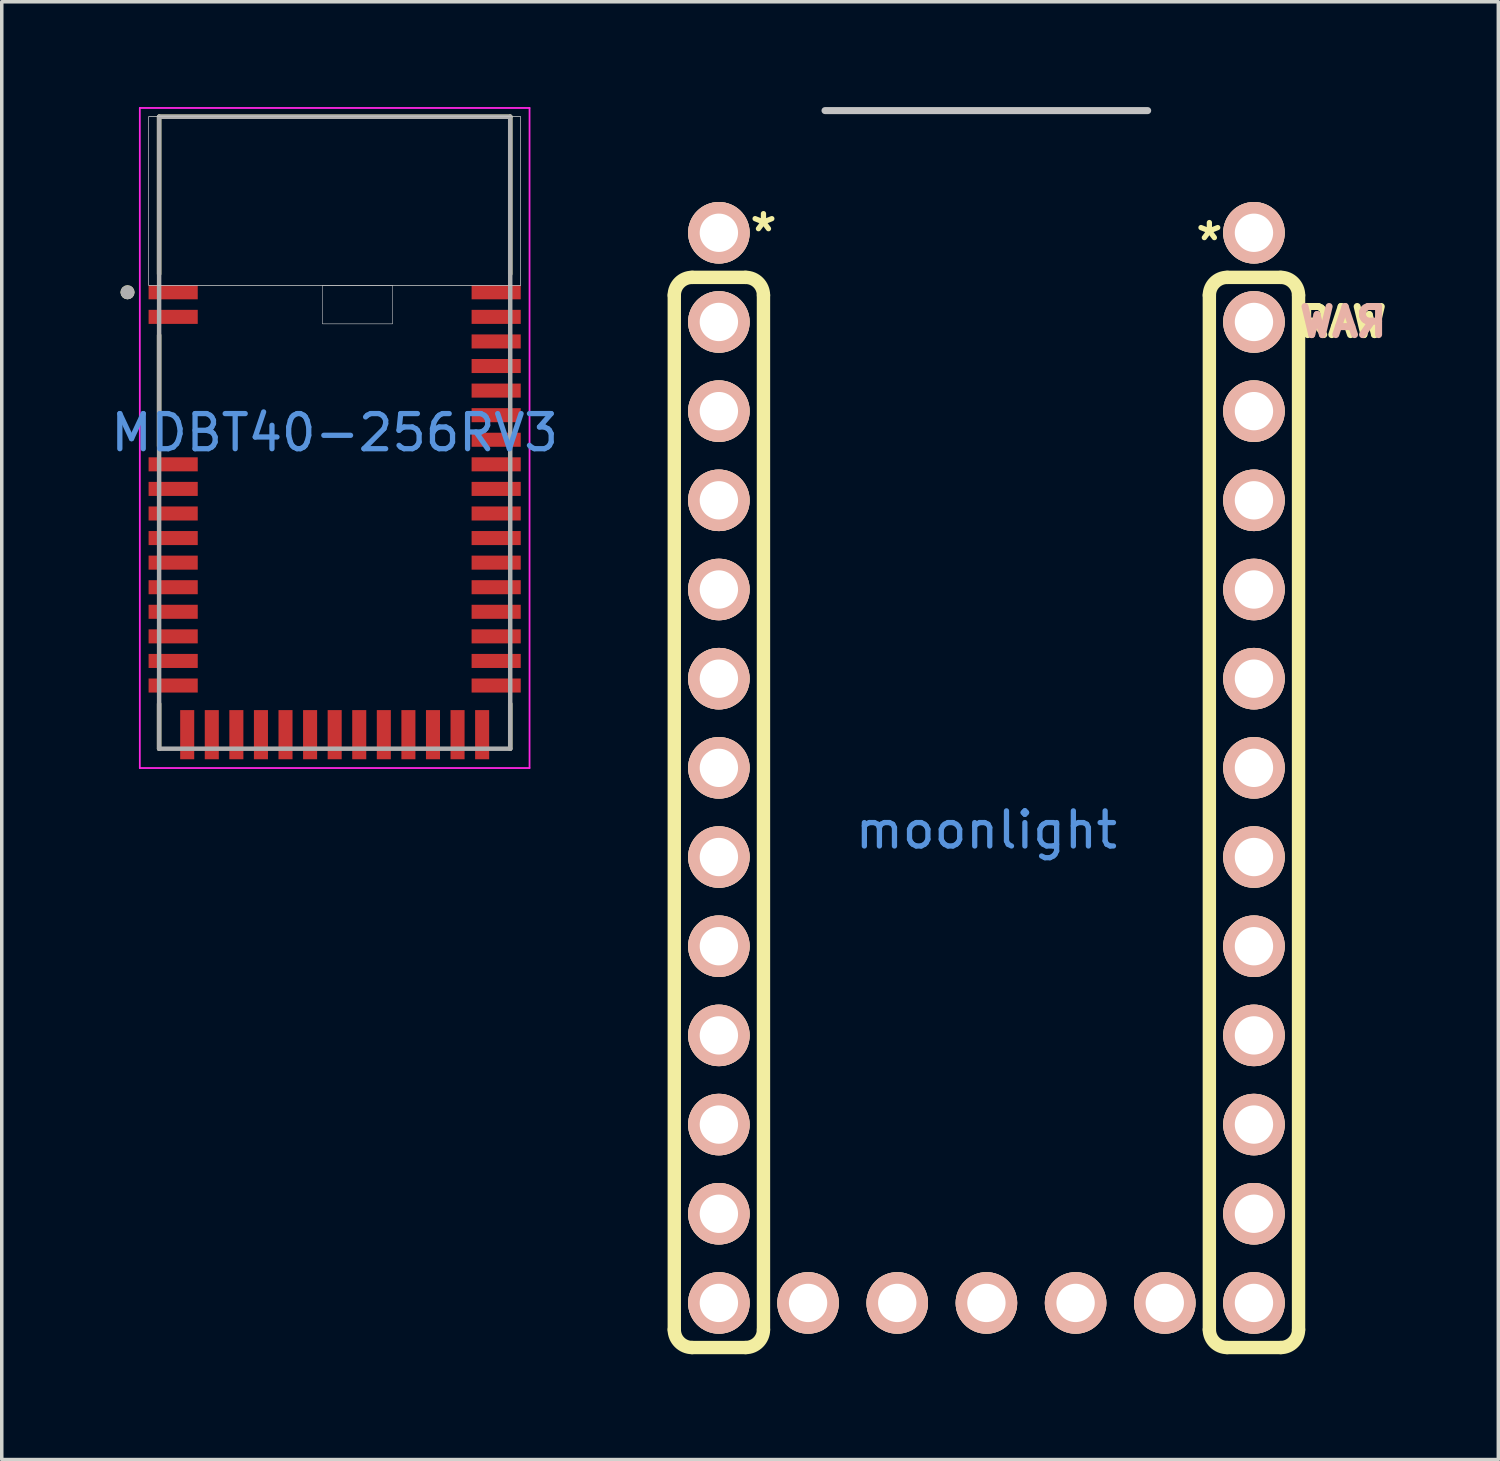
<source format=kicad_pcb>
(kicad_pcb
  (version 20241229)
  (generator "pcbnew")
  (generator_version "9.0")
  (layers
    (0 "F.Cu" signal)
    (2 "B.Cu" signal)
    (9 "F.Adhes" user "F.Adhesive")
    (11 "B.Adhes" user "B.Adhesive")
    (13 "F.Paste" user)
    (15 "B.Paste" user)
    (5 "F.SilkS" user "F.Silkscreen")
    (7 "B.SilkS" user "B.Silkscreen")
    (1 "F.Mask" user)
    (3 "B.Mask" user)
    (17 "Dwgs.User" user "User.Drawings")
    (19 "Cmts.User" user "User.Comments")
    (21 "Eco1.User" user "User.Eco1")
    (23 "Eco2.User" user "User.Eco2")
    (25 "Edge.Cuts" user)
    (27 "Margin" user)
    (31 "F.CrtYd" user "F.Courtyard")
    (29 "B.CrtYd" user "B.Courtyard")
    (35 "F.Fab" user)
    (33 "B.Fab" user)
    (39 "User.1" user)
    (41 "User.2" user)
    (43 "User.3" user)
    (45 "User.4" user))
  (footprint "moonlight"
    (layer "F.Cu")
    (at 25.045 20.09)
    (property "Reference" "moonlight" (at 0 0.5 0) (layer "Cmts.User") (effects (font (size 1 1) (thickness 0.15))))
    (attr through_hole)
    (fp_line (start -8.89 -14.732) (end -8.89 14.732) (stroke (width 0.381) (type solid)) (layer "F.SilkS"))
    (fp_line (start -8.382 15.24) (end -6.858 15.24) (stroke (width 0.381) (type solid)) (layer "F.SilkS"))
    (fp_line (start -6.858 -15.24) (end -8.382 -15.24) (stroke (width 0.381) (type solid)) (layer "F.SilkS"))
    (fp_line (start -6.35 -14.732) (end -6.35 14.732) (stroke (width 0.381) (type solid)) (layer "F.SilkS"))
    (fp_line (start 6.35 -14.732) (end 6.35 14.732) (stroke (width 0.381) (type solid)) (layer "F.SilkS"))
    (fp_line (start 6.858 15.24) (end 8.382 15.24) (stroke (width 0.381) (type solid)) (layer "F.SilkS"))
    (fp_line (start 8.382 -15.24) (end 6.858 -15.24) (stroke (width 0.381) (type solid)) (layer "F.SilkS"))
    (fp_line (start 8.89 14.732) (end 8.89 -14.732) (stroke (width 0.381) (type solid)) (layer "F.SilkS"))
    (fp_arc (start -8.89 -14.732) (mid -8.74121 -15.09121) (end -8.382 -15.24) (stroke (width 0.381) (type solid)) (layer "F.SilkS"))
    (fp_arc (start -8.382 15.24) (mid -8.74121 15.09121) (end -8.89 14.732) (stroke (width 0.381) (type solid)) (layer "F.SilkS"))
    (fp_arc (start -6.858 -15.24) (mid -6.49879 -15.09121) (end -6.35 -14.732) (stroke (width 0.381) (type solid)) (layer "F.SilkS"))
    (fp_arc (start -6.35 14.732) (mid -6.49879 15.09121) (end -6.858 15.24) (stroke (width 0.381) (type solid)) (layer "F.SilkS"))
    (fp_arc (start 6.35 -14.732) (mid 6.49879 -15.09121) (end 6.858 -15.24) (stroke (width 0.381) (type solid)) (layer "F.SilkS"))
    (fp_arc (start 6.858 15.24) (mid 6.49879 15.09121) (end 6.35 14.732) (stroke (width 0.381) (type solid)) (layer "F.SilkS"))
    (fp_arc (start 8.382 -15.24) (mid 8.74121 -15.09121) (end 8.89 -14.732) (stroke (width 0.381) (type solid)) (layer "F.SilkS"))
    (fp_arc (start 8.89 14.732) (mid 8.74121 15.09121) (end 8.382 15.24) (stroke (width 0.381) (type solid)) (layer "F.SilkS"))
    (fp_line (start -4.597 -19.99) (end 4.593 -19.99) (stroke (width 0.2) (type solid)) (layer "Dwgs.User"))
    (fp_text user "*" (at 6.35 -16.256 0) (layer "F.SilkS") (effects (font (size 1 1) (thickness 0.15))))
    (fp_text user "*" (at -6.35 -16.51 0) (layer "F.SilkS") (effects (font (size 1 1) (thickness 0.15))))
    (fp_text user "RAW" (at 10.16 -13.97 0) (layer "F.SilkS") (effects (font (size 0.8 0.8) (thickness 0.2))))
    (fp_text user "RAW" (at 10.16 -13.97 0) (layer "B.SilkS") (effects (font (size 0.8 0.8) (thickness 0.2)) (justify mirror)))
    (pad "B0" thru_hole circle (at 7.62 -16.51 90) (size 1.753 1.753) (drill 1.092) (layers "*.Cu" "*.SilkS" "*.Mask"))
    (pad "B1" thru_hole circle (at 7.62 6.35 270) (size 1.753 1.753) (drill 1.092) (layers "*.Cu" "*.SilkS" "*.Mask"))
    (pad "B2" thru_hole circle (at 7.62 11.43 270) (size 1.753 1.753) (drill 1.092) (layers "*.Cu" "*.SilkS" "*.Mask"))
    (pad "B3" thru_hole circle (at 7.62 8.89 270) (size 1.753 1.753) (drill 1.092) (layers "*.Cu" "*.SilkS" "*.Mask"))
    (pad "B4" thru_hole circle (at -7.62 11.43 270) (size 1.753 1.753) (drill 1.092) (layers "*.Cu" "*.SilkS" "*.Mask"))
    (pad "B5" thru_hole circle (at -7.62 13.97) (size 1.753 1.753) (drill 1.092) (layers "*.Cu" "*.SilkS" "*.Mask"))
    (pad "B6" thru_hole circle (at 7.62 13.97 270) (size 1.753 1.753) (drill 1.092) (layers "*.Cu" "*.SilkS" "*.Mask"))
    (pad "B7" thru_hole circle (at -5.08 13.97) (size 1.753 1.753) (drill 1.092) (layers "*.Cu" "*.SilkS" "*.Mask"))
    (pad "C6" thru_hole circle (at -7.62 3.81 270) (size 1.753 1.753) (drill 1.092) (layers "*.Cu" "*.SilkS" "*.Mask"))
    (pad "C7" thru_hole circle (at 0 13.97) (size 1.753 1.753) (drill 1.092) (layers "*.Cu" "*.SilkS" "*.Mask"))
    (pad "D0" thru_hole circle (at -7.62 -1.27 270) (size 1.753 1.753) (drill 1.092) (layers "*.Cu" "*.SilkS" "*.Mask"))
    (pad "D1" thru_hole circle (at -7.62 -3.81 270) (size 1.753 1.753) (drill 1.092) (layers "*.Cu" "*.SilkS" "*.Mask"))
    (pad "D2" thru_hole circle (at -7.62 -11.43 270) (size 1.753 1.753) (drill 1.092) (layers "*.Cu" "*.SilkS" "*.Mask"))
    (pad "D3" thru_hole circle (at -7.62 -13.97 90) (size 1.753 1.753) (drill 1.092) (layers "*.Cu" "*.SilkS" "*.Mask"))
    (pad "D4" thru_hole circle (at -7.62 1.27 270) (size 1.753 1.753) (drill 1.092) (layers "*.Cu" "*.SilkS" "*.Mask"))
    (pad "D5" thru_hole circle (at -2.54 13.97) (size 1.753 1.753) (drill 1.092) (layers "*.Cu" "*.SilkS" "*.Mask"))
    (pad "D6" thru_hole circle (at -7.62 -16.51 90) (size 1.753 1.753) (drill 1.092) (layers "*.Cu" "*.SilkS" "*.Mask"))
    (pad "D7" thru_hole circle (at -7.62 6.35 270) (size 1.753 1.753) (drill 1.092) (layers "*.Cu" "*.SilkS" "*.Mask"))
    (pad "E6" thru_hole circle (at -7.62 8.89 270) (size 1.753 1.753) (drill 1.092) (layers "*.Cu" "*.SilkS" "*.Mask"))
    (pad "F0" thru_hole circle (at 5.08 13.97) (size 1.753 1.753) (drill 1.092) (layers "*.Cu" "*.SilkS" "*.Mask"))
    (pad "F1" thru_hole circle (at 2.54 13.97) (size 1.753 1.753) (drill 1.092) (layers "*.Cu" "*.SilkS" "*.Mask"))
    (pad "F4" thru_hole circle (at 7.62 -3.81 270) (size 1.753 1.753) (drill 1.092) (layers "*.Cu" "*.SilkS" "*.Mask"))
    (pad "F5" thru_hole circle (at 7.62 -1.27 270) (size 1.753 1.753) (drill 1.092) (layers "*.Cu" "*.SilkS" "*.Mask"))
    (pad "F6" thru_hole circle (at 7.62 1.27 270) (size 1.753 1.753) (drill 1.092) (layers "*.Cu" "*.SilkS" "*.Mask"))
    (pad "F7" thru_hole circle (at 7.62 3.81 270) (size 1.753 1.753) (drill 1.092) (layers "*.Cu" "*.SilkS" "*.Mask"))
    (pad "GND" thru_hole circle (at -7.62 -8.89 270) (size 1.753 1.753) (drill 1.092) (layers "*.Cu" "*.SilkS" "*.Mask"))
    (pad "GND" thru_hole circle (at -7.62 -6.35 270) (size 1.753 1.753) (drill 1.092) (layers "*.Cu" "*.SilkS" "*.Mask"))
    (pad "GND" thru_hole circle (at 7.62 -11.43 270) (size 1.753 1.753) (drill 1.092) (layers "*.Cu" "*.SilkS" "*.Mask"))
    (pad "RAW" thru_hole circle (at 7.62 -13.97 270) (size 1.753 1.753) (drill 1.092) (layers "*.Cu" "*.SilkS" "*.Mask"))
    (pad "RST" thru_hole circle (at 7.62 -8.89 270) (size 1.753 1.753) (drill 1.092) (layers "*.Cu" "*.SilkS" "*.Mask"))
    (pad "VCC" thru_hole circle (at 7.62 -6.35 270) (size 1.753 1.753) (drill 1.092) (layers "*.Cu" "*.SilkS" "*.Mask")))
  (footprint "MDBT40-256RV3"
    (layer "F.Cu")
    (at 6.482 9.275)
    (property "Reference" "MDBT40-256RV3" (at 0 0 0) (layer "Cmts.User") (effects (font (size 1 1) (thickness 0.15))))
    (attr smd)
    (fp_line (start -5 -9) (end 5 -9) (stroke (width 0.127) (type solid)) (layer "F.SilkS"))
    (fp_line (start -5 -4.52) (end -5 -9) (stroke (width 0.127) (type solid)) (layer "F.SilkS"))
    (fp_line (start -5 -2.78) (end -5 0.38) (stroke (width 0.127) (type solid)) (layer "F.SilkS"))
    (fp_line (start -5 7.72) (end -5 9) (stroke (width 0.127) (type solid)) (layer "F.SilkS"))
    (fp_line (start 5 -9) (end 5 -4.52) (stroke (width 0.127) (type solid)) (layer "F.SilkS"))
    (fp_line (start 5 9) (end 5 7.72) (stroke (width 0.127) (type solid)) (layer "F.SilkS"))
    (fp_circle (center -5.9 -4) (end -5.8 -4) (stroke (width 0.2) (type solid)) (fill no) (layer "F.SilkS"))
    (fp_poly (pts (xy -5.3 -9) (xy 5.3 -9) (xy 5.3 -4.2) (xy -5.3 -4.2)) (stroke (width 0.01) (type solid)) (fill no) (layer "Dwgs.User"))
    (fp_poly (pts (xy -5.3 -9) (xy 5.3 -9) (xy 5.3 -4.2) (xy -5.3 -4.2)) (stroke (width 0.01) (type solid)) (fill no) (layer "Dwgs.User"))
    (fp_poly (pts (xy -5.3 -9) (xy 5.3 -9) (xy 5.3 -4.2) (xy -5.3 -4.2)) (stroke (width 0.01) (type solid)) (fill no) (layer "Dwgs.User"))
    (fp_poly (pts (xy -0.35 -4.2) (xy 1.65 -4.2) (xy 1.65 -3.1) (xy -0.35 -3.1)) (stroke (width 0.01) (type solid)) (fill no) (layer "Dwgs.User"))
    (fp_poly (pts (xy -0.35 -4.2) (xy 1.65 -4.2) (xy 1.65 -3.1) (xy -0.35 -3.1)) (stroke (width 0.01) (type solid)) (fill no) (layer "Dwgs.User"))
    (fp_line (start -5.55 -9.25) (end 5.55 -9.25) (stroke (width 0.05) (type solid)) (layer "F.CrtYd"))
    (fp_line (start -5.55 9.55) (end -5.55 -9.25) (stroke (width 0.05) (type solid)) (layer "F.CrtYd"))
    (fp_line (start 5.55 -9.25) (end 5.55 9.55) (stroke (width 0.05) (type solid)) (layer "F.CrtYd"))
    (fp_line (start 5.55 9.55) (end -5.55 9.55) (stroke (width 0.05) (type solid)) (layer "F.CrtYd"))
    (fp_line (start -5 -9) (end 5 -9) (stroke (width 0.127) (type solid)) (layer "F.Fab"))
    (fp_line (start -5 9) (end -5 -9) (stroke (width 0.127) (type solid)) (layer "F.Fab"))
    (fp_line (start -5 9) (end 5 9) (stroke (width 0.127) (type solid)) (layer "F.Fab"))
    (fp_line (start 5 9) (end 5 -9) (stroke (width 0.127) (type solid)) (layer "F.Fab"))
    (fp_circle (center -5.9 -4) (end -5.8 -4) (stroke (width 0.2) (type solid)) (fill no) (layer "F.Fab"))
    (pad "1" smd rect (at -4.6 -4) (size 1.4 0.4) (layers "F.Cu" "F.Mask" "F.Paste"))
    (pad "2" smd rect (at -4.6 -3.3) (size 1.4 0.4) (layers "F.Cu" "F.Mask" "F.Paste"))
    (pad "3" smd rect (at -4.6 0.9) (size 1.4 0.4) (layers "F.Cu" "F.Mask" "F.Paste"))
    (pad "4" smd rect (at -4.6 1.6) (size 1.4 0.4) (layers "F.Cu" "F.Mask" "F.Paste"))
    (pad "5" smd rect (at -4.6 2.3) (size 1.4 0.4) (layers "F.Cu" "F.Mask" "F.Paste"))
    (pad "6" smd rect (at -4.6 3) (size 1.4 0.4) (layers "F.Cu" "F.Mask" "F.Paste"))
    (pad "7" smd rect (at -4.6 3.7) (size 1.4 0.4) (layers "F.Cu" "F.Mask" "F.Paste"))
    (pad "8" smd rect (at -4.6 4.4) (size 1.4 0.4) (layers "F.Cu" "F.Mask" "F.Paste"))
    (pad "9" smd rect (at -4.6 5.1) (size 1.4 0.4) (layers "F.Cu" "F.Mask" "F.Paste"))
    (pad "10" smd rect (at -4.6 5.8) (size 1.4 0.4) (layers "F.Cu" "F.Mask" "F.Paste"))
    (pad "11" smd rect (at -4.6 6.5) (size 1.4 0.4) (layers "F.Cu" "F.Mask" "F.Paste"))
    (pad "12" smd rect (at -4.6 7.2) (size 1.4 0.4) (layers "F.Cu" "F.Mask" "F.Paste"))
    (pad "13" smd rect (at -4.2 8.6) (size 0.4 1.4) (layers "F.Cu" "F.Mask" "F.Paste"))
    (pad "14" smd rect (at -3.5 8.6) (size 0.4 1.4) (layers "F.Cu" "F.Mask" "F.Paste"))
    (pad "15" smd rect (at -2.8 8.6) (size 0.4 1.4) (layers "F.Cu" "F.Mask" "F.Paste"))
    (pad "16" smd rect (at -2.1 8.6) (size 0.4 1.4) (layers "F.Cu" "F.Mask" "F.Paste"))
    (pad "17" smd rect (at -1.4 8.6) (size 0.4 1.4) (layers "F.Cu" "F.Mask" "F.Paste"))
    (pad "18" smd rect (at -0.7 8.6) (size 0.4 1.4) (layers "F.Cu" "F.Mask" "F.Paste"))
    (pad "19" smd rect (at 0 8.6) (size 0.4 1.4) (layers "F.Cu" "F.Mask" "F.Paste"))
    (pad "20" smd rect (at 0.7 8.6) (size 0.4 1.4) (layers "F.Cu" "F.Mask" "F.Paste"))
    (pad "21" smd rect (at 1.4 8.6) (size 0.4 1.4) (layers "F.Cu" "F.Mask" "F.Paste"))
    (pad "22" smd rect (at 2.1 8.6) (size 0.4 1.4) (layers "F.Cu" "F.Mask" "F.Paste"))
    (pad "23" smd rect (at 2.8 8.6) (size 0.4 1.4) (layers "F.Cu" "F.Mask" "F.Paste"))
    (pad "24" smd rect (at 3.5 8.6) (size 0.4 1.4) (layers "F.Cu" "F.Mask" "F.Paste"))
    (pad "25" smd rect (at 4.2 8.6) (size 0.4 1.4) (layers "F.Cu" "F.Mask" "F.Paste"))
    (pad "26" smd rect (at 4.6 7.2) (size 1.4 0.4) (layers "F.Cu" "F.Mask" "F.Paste"))
    (pad "27" smd rect (at 4.6 6.5) (size 1.4 0.4) (layers "F.Cu" "F.Mask" "F.Paste"))
    (pad "28" smd rect (at 4.6 5.8) (size 1.4 0.4) (layers "F.Cu" "F.Mask" "F.Paste"))
    (pad "29" smd rect (at 4.6 5.1) (size 1.4 0.4) (layers "F.Cu" "F.Mask" "F.Paste"))
    (pad "30" smd rect (at 4.6 4.4) (size 1.4 0.4) (layers "F.Cu" "F.Mask" "F.Paste"))
    (pad "31" smd rect (at 4.6 3.7) (size 1.4 0.4) (layers "F.Cu" "F.Mask" "F.Paste"))
    (pad "32" smd rect (at 4.6 3) (size 1.4 0.4) (layers "F.Cu" "F.Mask" "F.Paste"))
    (pad "33" smd rect (at 4.6 2.3) (size 1.4 0.4) (layers "F.Cu" "F.Mask" "F.Paste"))
    (pad "34" smd rect (at 4.6 1.6) (size 1.4 0.4) (layers "F.Cu" "F.Mask" "F.Paste"))
    (pad "35" smd rect (at 4.6 0.9) (size 1.4 0.4) (layers "F.Cu" "F.Mask" "F.Paste"))
    (pad "36" smd rect (at 4.6 0.2) (size 1.4 0.4) (layers "F.Cu" "F.Mask" "F.Paste"))
    (pad "37" smd rect (at 4.6 -0.5) (size 1.4 0.4) (layers "F.Cu" "F.Mask" "F.Paste"))
    (pad "38" smd rect (at 4.6 -1.2) (size 1.4 0.4) (layers "F.Cu" "F.Mask" "F.Paste"))
    (pad "39" smd rect (at 4.6 -1.9) (size 1.4 0.4) (layers "F.Cu" "F.Mask" "F.Paste"))
    (pad "40" smd rect (at 4.6 -2.6) (size 1.4 0.4) (layers "F.Cu" "F.Mask" "F.Paste"))
    (pad "41" smd rect (at 4.6 -3.3) (size 1.4 0.4) (layers "F.Cu" "F.Mask" "F.Paste"))
    (pad "42" smd rect (at 4.6 -4) (size 1.4 0.4) (layers "F.Cu" "F.Mask" "F.Paste")))
  (gr_rect
    (start -3 -3)
    (end 39.625 38.52)
    (stroke (width 0.1) (type default))
    (fill no)
    (layer "Edge.Cuts")))
</source>
